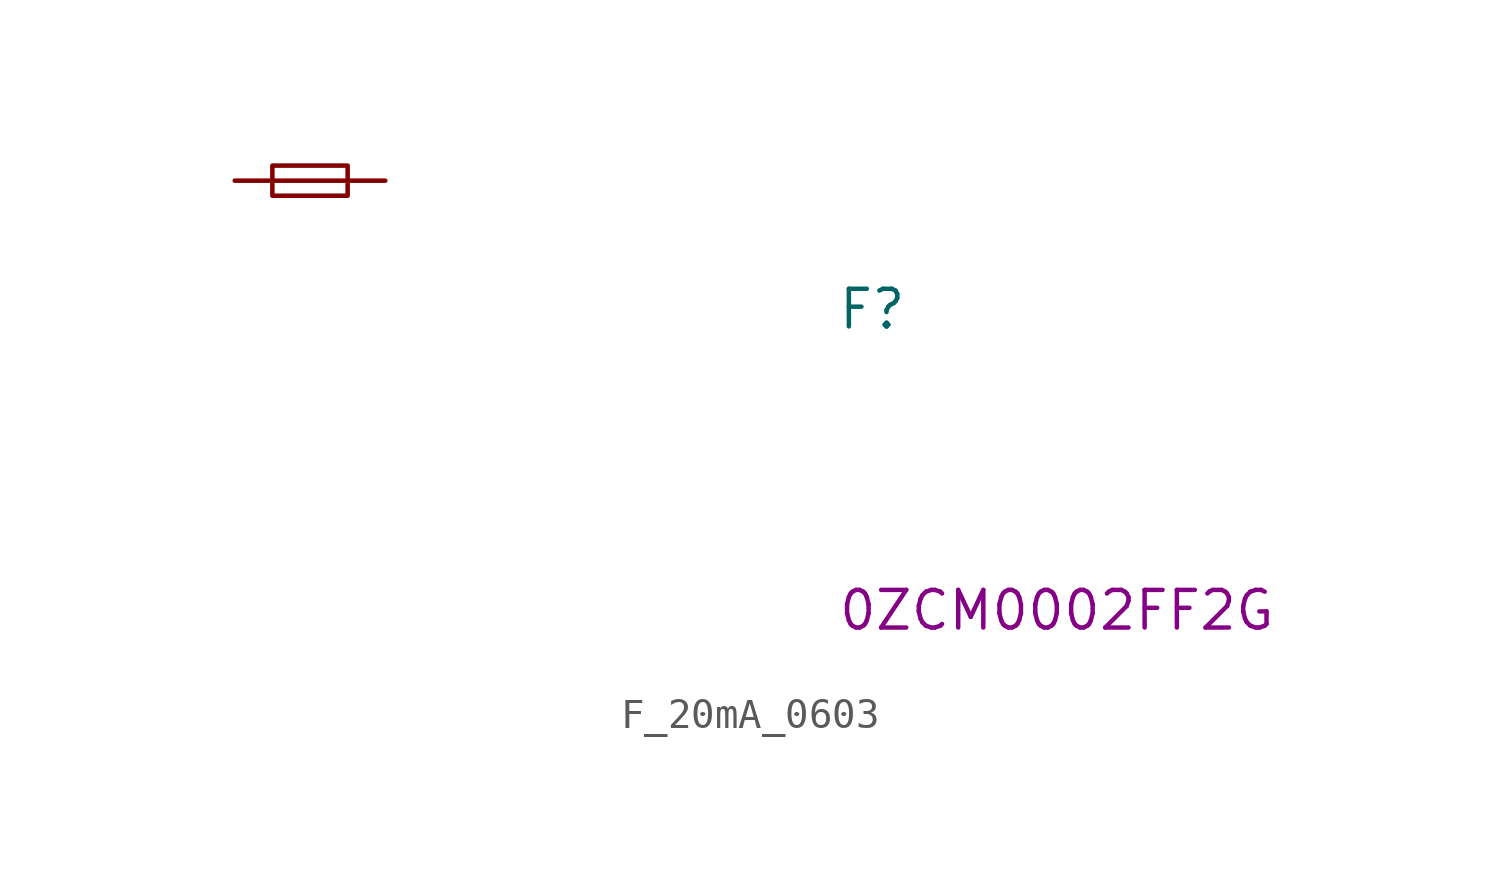
<source format=kicad_sym>
(kicad_symbol_lib
  (version 20211014)
  (generator kicad_symbol_editor)
  (symbol "F_20mA_0603"
    (pin_numbers hide)
    (pin_names
      (offset 1.016) hide)
    (property "Reference" "F"
      (at 20.32 -5.08 0)
      (effects (font (size 1.27 1.27) (thickness 0.15)) (justify left bottom)))
    (property "MPN" "0ZCM0002FF2G"
      (at 20.32 -15.24 0)
      (effects (font (size 1.27 1.27) (thickness 0.15)) (justify left bottom)))
    (symbol "F_20mA_0603_0_1"
      (polyline (pts (xy 1.27 0) (xy 3.81 0)) (stroke (width 0) (type default) (color 0 0 0 0)) (fill (type none)))
      (rectangle (start 1.27 0.508) (end 3.81 -0.508) (stroke (width 0) (type default) (color 0 0 0 0)) (fill (type none))))
    (symbol "F_20mA_0603_1_1"
      (pin passive line (at 0 0 0) (length 1.27) (name "~" (effects (font (size 1.27 1.27)))) (number "1" (effects (font (size 1.27 1.27)))))
      (pin passive line (at 5.08 0 180) (length 1.27) (name "~" (effects (font (size 1.27 1.27)))) (number "2" (effects (font (size 1.27 1.27))))))))
</source>
